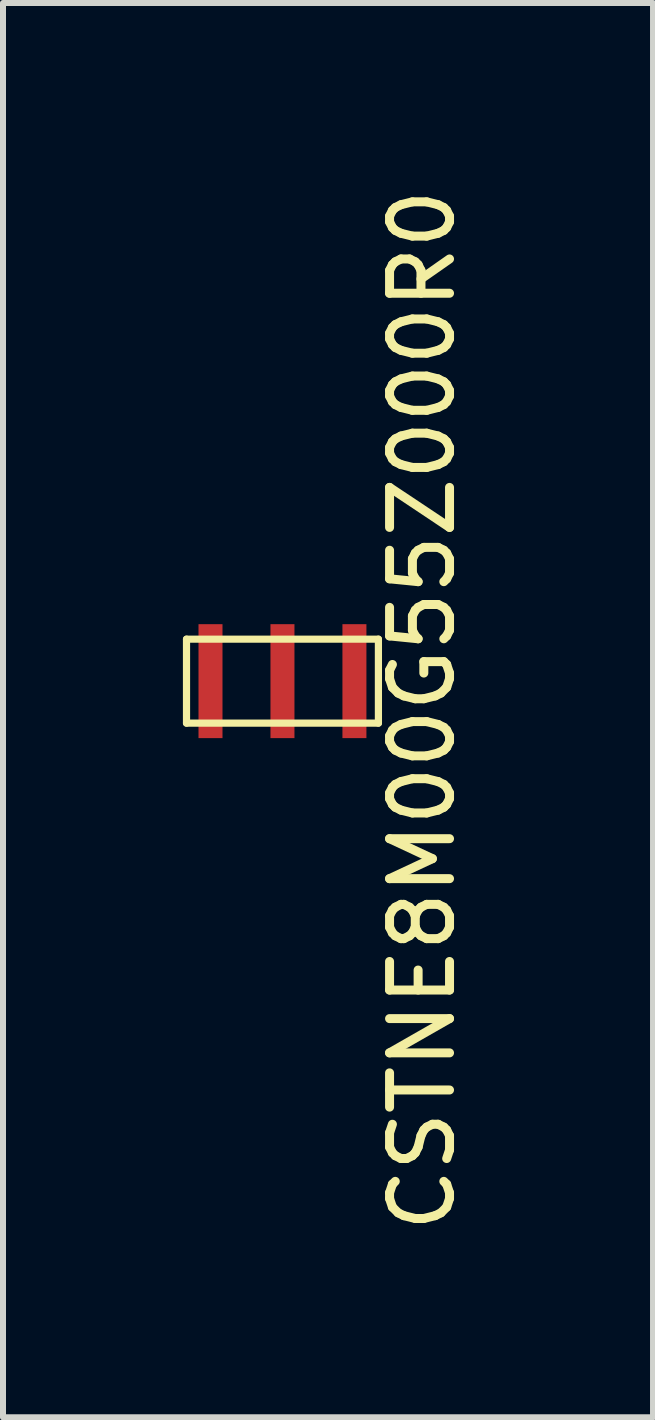
<source format=kicad_pcb>
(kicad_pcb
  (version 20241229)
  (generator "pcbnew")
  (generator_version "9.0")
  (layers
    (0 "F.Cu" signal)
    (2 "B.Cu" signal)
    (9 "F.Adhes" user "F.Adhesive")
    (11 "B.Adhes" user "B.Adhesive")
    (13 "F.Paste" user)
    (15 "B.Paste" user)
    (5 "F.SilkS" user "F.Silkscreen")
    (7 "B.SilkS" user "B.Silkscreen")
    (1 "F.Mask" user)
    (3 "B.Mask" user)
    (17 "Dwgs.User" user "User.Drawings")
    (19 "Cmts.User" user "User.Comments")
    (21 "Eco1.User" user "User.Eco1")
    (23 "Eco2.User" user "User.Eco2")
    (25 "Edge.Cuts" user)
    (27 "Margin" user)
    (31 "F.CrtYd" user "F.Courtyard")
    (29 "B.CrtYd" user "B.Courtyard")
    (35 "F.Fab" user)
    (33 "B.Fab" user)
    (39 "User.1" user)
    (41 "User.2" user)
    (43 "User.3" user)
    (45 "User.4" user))
  (footprint "CSTNE8M00G55Z000R0"
    (layer "F.Cu")
    (at 1.66 10.608)
    (property "Reference" "CSTNE8M00G55Z000R0" (at 2.331 -1.816 270) (layer "F.SilkS") (effects (font (size 1 1) (thickness 0.15))))
    (attr through_hole)
    (fp_line (start -1.6 -3) (end -1.6 -1.6) (stroke (width 0.12) (type solid)) (layer "F.SilkS"))
    (fp_line (start -1.6 -3) (end 1.6 -3) (stroke (width 0.12) (type solid)) (layer "F.SilkS"))
    (fp_line (start -1.6 -1.6) (end 1.6 -1.6) (stroke (width 0.12) (type solid)) (layer "F.SilkS"))
    (fp_line (start 1.6 -1.6) (end 1.6 -3) (stroke (width 0.12) (type solid)) (layer "F.SilkS"))
    (pad "1" smd rect (at -1.2 -2.3) (size 0.4 1.9) (layers "F.Cu" "F.Mask" "F.Paste"))
    (pad "2" smd rect (at 0 -2.3) (size 0.4 1.9) (layers "F.Cu" "F.Mask" "F.Paste"))
    (pad "3" smd rect (at 1.2 -2.3) (size 0.4 1.9) (layers "F.Cu" "F.Mask" "F.Paste")))
  (gr_rect
    (start -3 -3)
    (end 7.839 20.583)
    (stroke (width 0.1) (type default))
    (fill no)
    (layer "Edge.Cuts")))
</source>
